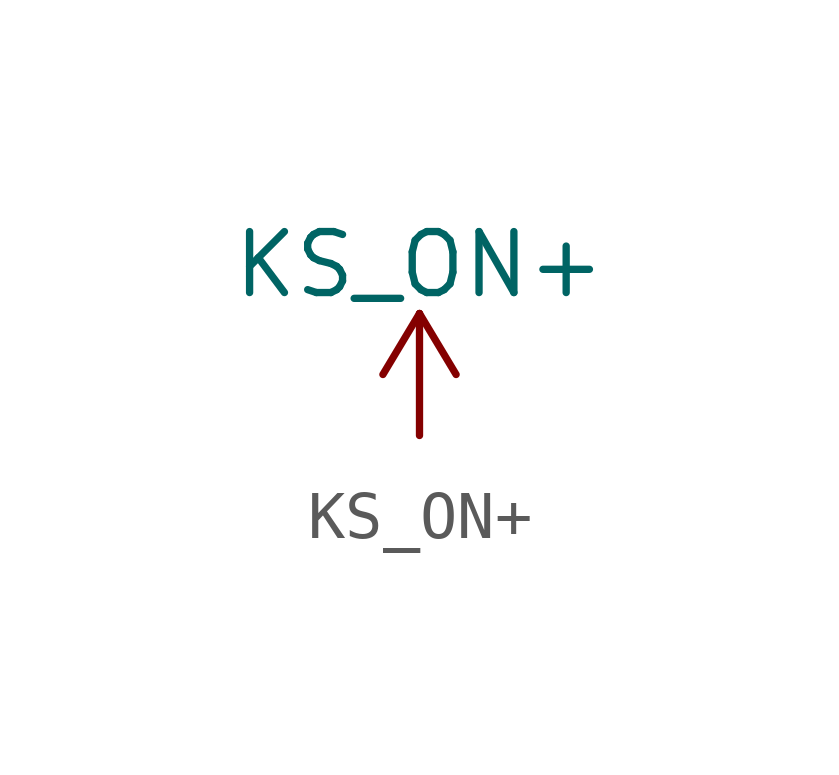
<source format=kicad_sym>
(kicad_symbol_lib
  (version 20211014)
  (generator kicad_symbol_editor)
  (symbol "KS_ON+"
    (power)
    (pin_names
      (offset 0))
    (property "Reference" "#PWR"
      (at 0 -3.81 0)
      (effects (font (size 1.27 1.27)) hide))
    (property "Value" "KS_ON+"
      (at 0 3.556 0)
      (effects (font (size 1.27 1.27))))
    (symbol "KS_ON+_0_1"
      (polyline (pts (xy -0.762 1.27) (xy 0 2.54)) (stroke (width 0) (type default) (color 0 0 0 0)) (fill (type none)))
      (polyline (pts (xy 0 0) (xy 0 2.54)) (stroke (width 0) (type default) (color 0 0 0 0)) (fill (type none)))
      (polyline (pts (xy 0 2.54) (xy 0.762 1.27)) (stroke (width 0) (type default) (color 0 0 0 0)) (fill (type none))))
    (symbol "KS_ON+_1_1"
      (pin power_in line (at 0 0 90) (length 0) hide (name "KS_ON+" (effects (font (size 1.27 1.27)))) (number "1" (effects (font (size 1.27 1.27))))))))
</source>
